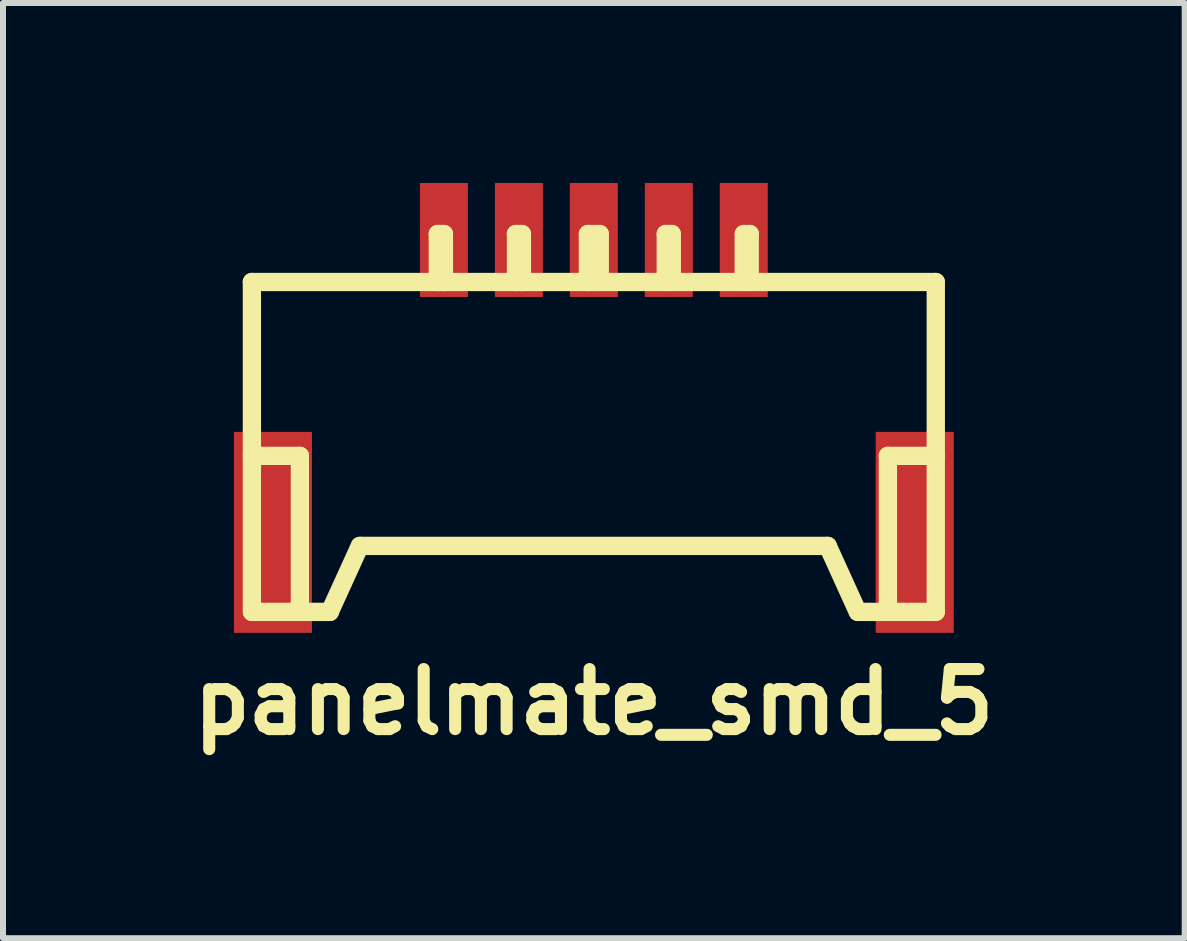
<source format=kicad_pcb>
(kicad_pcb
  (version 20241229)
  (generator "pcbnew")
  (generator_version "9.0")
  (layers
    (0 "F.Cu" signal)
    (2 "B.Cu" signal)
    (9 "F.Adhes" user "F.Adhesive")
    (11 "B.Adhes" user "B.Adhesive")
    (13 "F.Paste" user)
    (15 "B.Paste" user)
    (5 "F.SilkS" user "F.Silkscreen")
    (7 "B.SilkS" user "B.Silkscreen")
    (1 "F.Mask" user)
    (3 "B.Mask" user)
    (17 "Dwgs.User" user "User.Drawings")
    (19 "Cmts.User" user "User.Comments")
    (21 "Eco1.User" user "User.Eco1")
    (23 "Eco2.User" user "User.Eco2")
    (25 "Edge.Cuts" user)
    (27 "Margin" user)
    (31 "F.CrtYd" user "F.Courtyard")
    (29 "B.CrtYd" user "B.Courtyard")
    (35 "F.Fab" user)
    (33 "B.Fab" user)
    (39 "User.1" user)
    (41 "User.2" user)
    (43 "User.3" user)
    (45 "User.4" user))
  (footprint "panelmate_smd_5"
    (layer "F.Cu")
    (at 6.849 4.45)
    (property "Reference" "panelmate_smd_5" (at 0 4.201 0) (layer "F.SilkS") (effects (font (size 1.001 1.001) (thickness 0.201))))
    (attr through_hole)
    (fp_line (start -5.7 -2.799) (end -5.7 2.7) (stroke (width 0.305) (type solid)) (layer "F.SilkS"))
    (fp_line (start -5.7 -2.799) (end 5.7 -2.799) (stroke (width 0.305) (type solid)) (layer "F.SilkS"))
    (fp_line (start -5.7 0.099) (end -4.9 0.099) (stroke (width 0.305) (type solid)) (layer "F.SilkS"))
    (fp_line (start -4.9 0.099) (end -4.9 2.7) (stroke (width 0.305) (type solid)) (layer "F.SilkS"))
    (fp_line (start -4.402 2.7) (end -3.901 1.6) (stroke (width 0.305) (type solid)) (layer "F.SilkS"))
    (fp_line (start -4.399 2.7) (end -5.697 2.7) (stroke (width 0.305) (type solid)) (layer "F.SilkS"))
    (fp_line (start -2.601 -3.599) (end -2.499 -3.599) (stroke (width 0.305) (type solid)) (layer "F.SilkS"))
    (fp_line (start -2.601 -2.799) (end -2.601 -3.599) (stroke (width 0.305) (type solid)) (layer "F.SilkS"))
    (fp_line (start -2.499 -3.599) (end -2.499 -2.799) (stroke (width 0.305) (type solid)) (layer "F.SilkS"))
    (fp_line (start -1.3 -3.599) (end -1.199 -3.599) (stroke (width 0.305) (type solid)) (layer "F.SilkS"))
    (fp_line (start -1.298 -2.799) (end -1.298 -3.599) (stroke (width 0.305) (type solid)) (layer "F.SilkS"))
    (fp_line (start -1.199 -3.599) (end -1.199 -2.799) (stroke (width 0.305) (type solid)) (layer "F.SilkS"))
    (fp_line (start -0.099 -3.599) (end -0.099 -2.799) (stroke (width 0.305) (type solid)) (layer "F.SilkS"))
    (fp_line (start -0.099 -3.599) (end 0.099 -3.599) (stroke (width 0.305) (type solid)) (layer "F.SilkS"))
    (fp_line (start 0.099 -3.599) (end 0.099 -2.799) (stroke (width 0.305) (type solid)) (layer "F.SilkS"))
    (fp_line (start 1.199 -3.599) (end 1.199 -2.799) (stroke (width 0.305) (type solid)) (layer "F.SilkS"))
    (fp_line (start 1.3 -3.599) (end 1.199 -3.599) (stroke (width 0.305) (type solid)) (layer "F.SilkS"))
    (fp_line (start 1.3 -2.799) (end 1.3 -3.599) (stroke (width 0.305) (type solid)) (layer "F.SilkS"))
    (fp_line (start 2.499 -2.799) (end 2.499 -3.599) (stroke (width 0.305) (type solid)) (layer "F.SilkS"))
    (fp_line (start 2.502 -3.599) (end 2.601 -3.599) (stroke (width 0.305) (type solid)) (layer "F.SilkS"))
    (fp_line (start 2.598 -3.599) (end 2.598 -2.799) (stroke (width 0.305) (type solid)) (layer "F.SilkS"))
    (fp_line (start 3.899 1.6) (end -3.899 1.6) (stroke (width 0.305) (type solid)) (layer "F.SilkS"))
    (fp_line (start 3.899 1.6) (end 4.399 2.7) (stroke (width 0.305) (type solid)) (layer "F.SilkS"))
    (fp_line (start 4.402 2.7) (end 5.7 2.7) (stroke (width 0.305) (type solid)) (layer "F.SilkS"))
    (fp_line (start 4.902 0.099) (end 4.902 2.7) (stroke (width 0.305) (type solid)) (layer "F.SilkS"))
    (fp_line (start 5.7 -2.799) (end 5.7 2.7) (stroke (width 0.305) (type solid)) (layer "F.SilkS"))
    (fp_line (start 5.7 0.099) (end 4.9 0.099) (stroke (width 0.305) (type solid)) (layer "F.SilkS"))
    (pad "1" smd rect (at -2.499 -3.5) (size 0.8 1.9) (layers "F.Cu" "F.Mask" "F.Paste"))
    (pad "2" smd rect (at -1.25 -3.5) (size 0.8 1.9) (layers "F.Cu" "F.Mask" "F.Paste"))
    (pad "3" smd rect (at 0 -3.5) (size 0.8 1.9) (layers "F.Cu" "F.Mask" "F.Paste"))
    (pad "4" smd rect (at 1.25 -3.5) (size 0.8 1.9) (layers "F.Cu" "F.Mask" "F.Paste"))
    (pad "5" smd rect (at 2.499 -3.5) (size 0.8 1.9) (layers "F.Cu" "F.Mask" "F.Paste"))
    (pad "6" smd rect (at -5.349 1.374) (size 1.3 3.35) (layers "F.Cu" "F.Mask" "F.Paste"))
    (pad "6" smd rect (at 5.349 1.374) (size 1.3 3.35) (layers "F.Cu" "F.Mask" "F.Paste")))
  (gr_rect
    (start -3 -3)
    (end 16.698 12.589)
    (stroke (width 0.1) (type default))
    (fill no)
    (layer "Edge.Cuts")))
</source>
